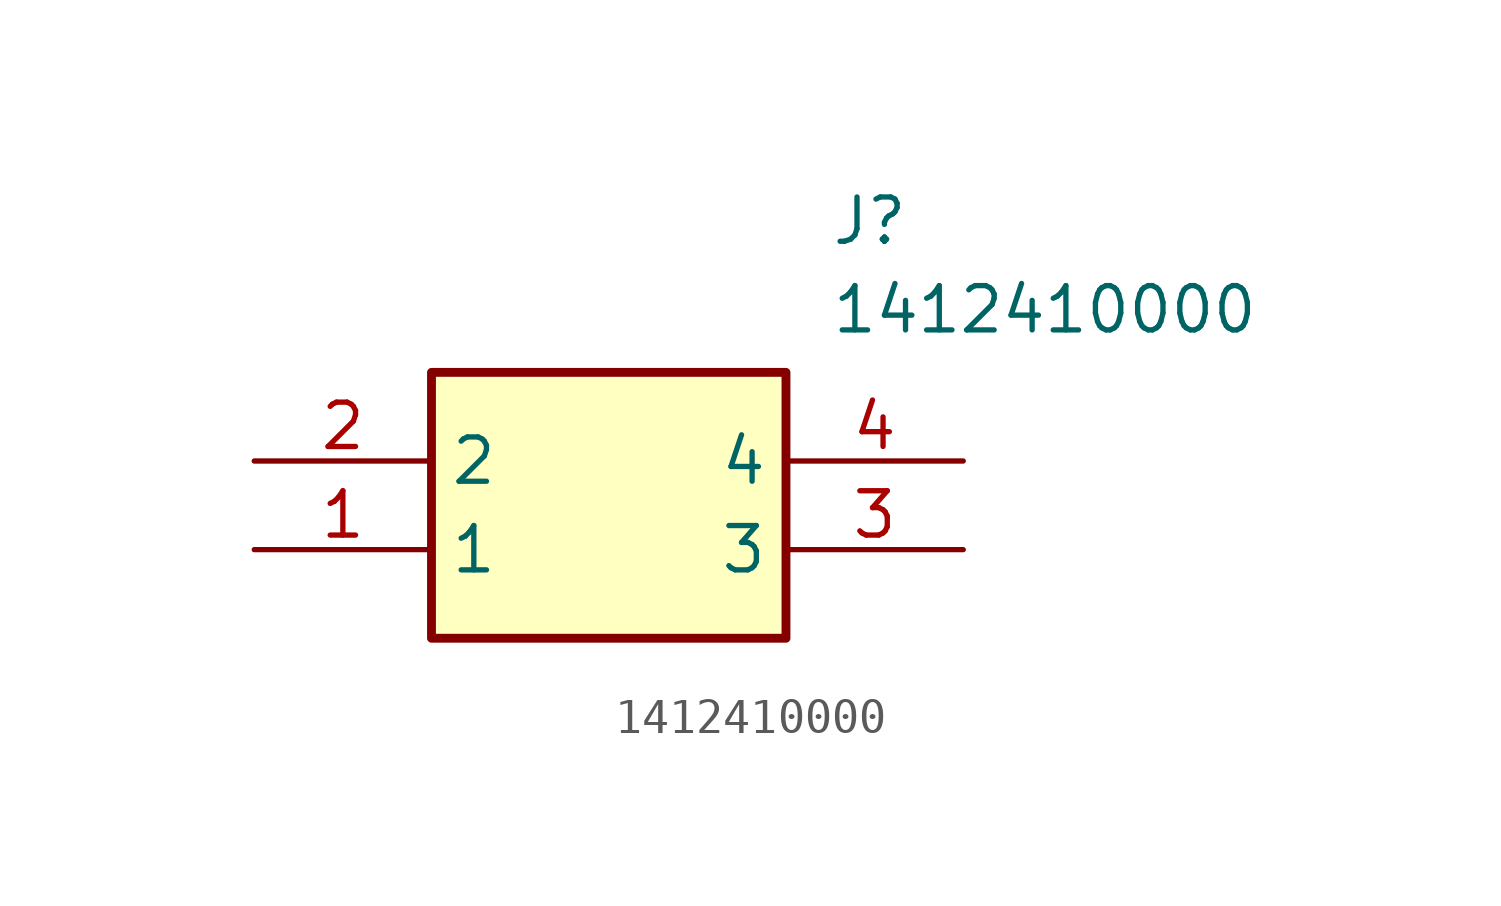
<source format=kicad_sym>
(kicad_symbol_lib
  (version 20211014)
  (generator SamacSys_ECAD_Model)
  (symbol "1412410000"
    (property "Reference" "J"
      (at 16.51 7.62 0)
      (effects (font (size 1.27 1.27)) (justify left top)))
    (property "Value" "1412410000"
      (at 16.51 5.08 0)
      (effects (font (size 1.27 1.27)) (justify left top)))
    (rectangle
      (start 5.08 2.54)
      (end 15.24 -5.08)
      (stroke (width 0.254) (type default))
      (fill (type background)))
    (pin passive line
      (at 0 -2.54 0)
      (length 5.08)
      (name "1" (effects (font (size 1.27 1.27))))
      (number "1" (effects (font (size 1.27 1.27)))))
    (pin passive line
      (at 0 0 0)
      (length 5.08)
      (name "2" (effects (font (size 1.27 1.27))))
      (number "2" (effects (font (size 1.27 1.27)))))
    (pin passive line
      (at 20.32 -2.54 180)
      (length 5.08)
      (name "3" (effects (font (size 1.27 1.27))))
      (number "3" (effects (font (size 1.27 1.27)))))
    (pin passive line
      (at 20.32 0 180)
      (length 5.08)
      (name "4" (effects (font (size 1.27 1.27))))
      (number "4" (effects (font (size 1.27 1.27)))))))
</source>
